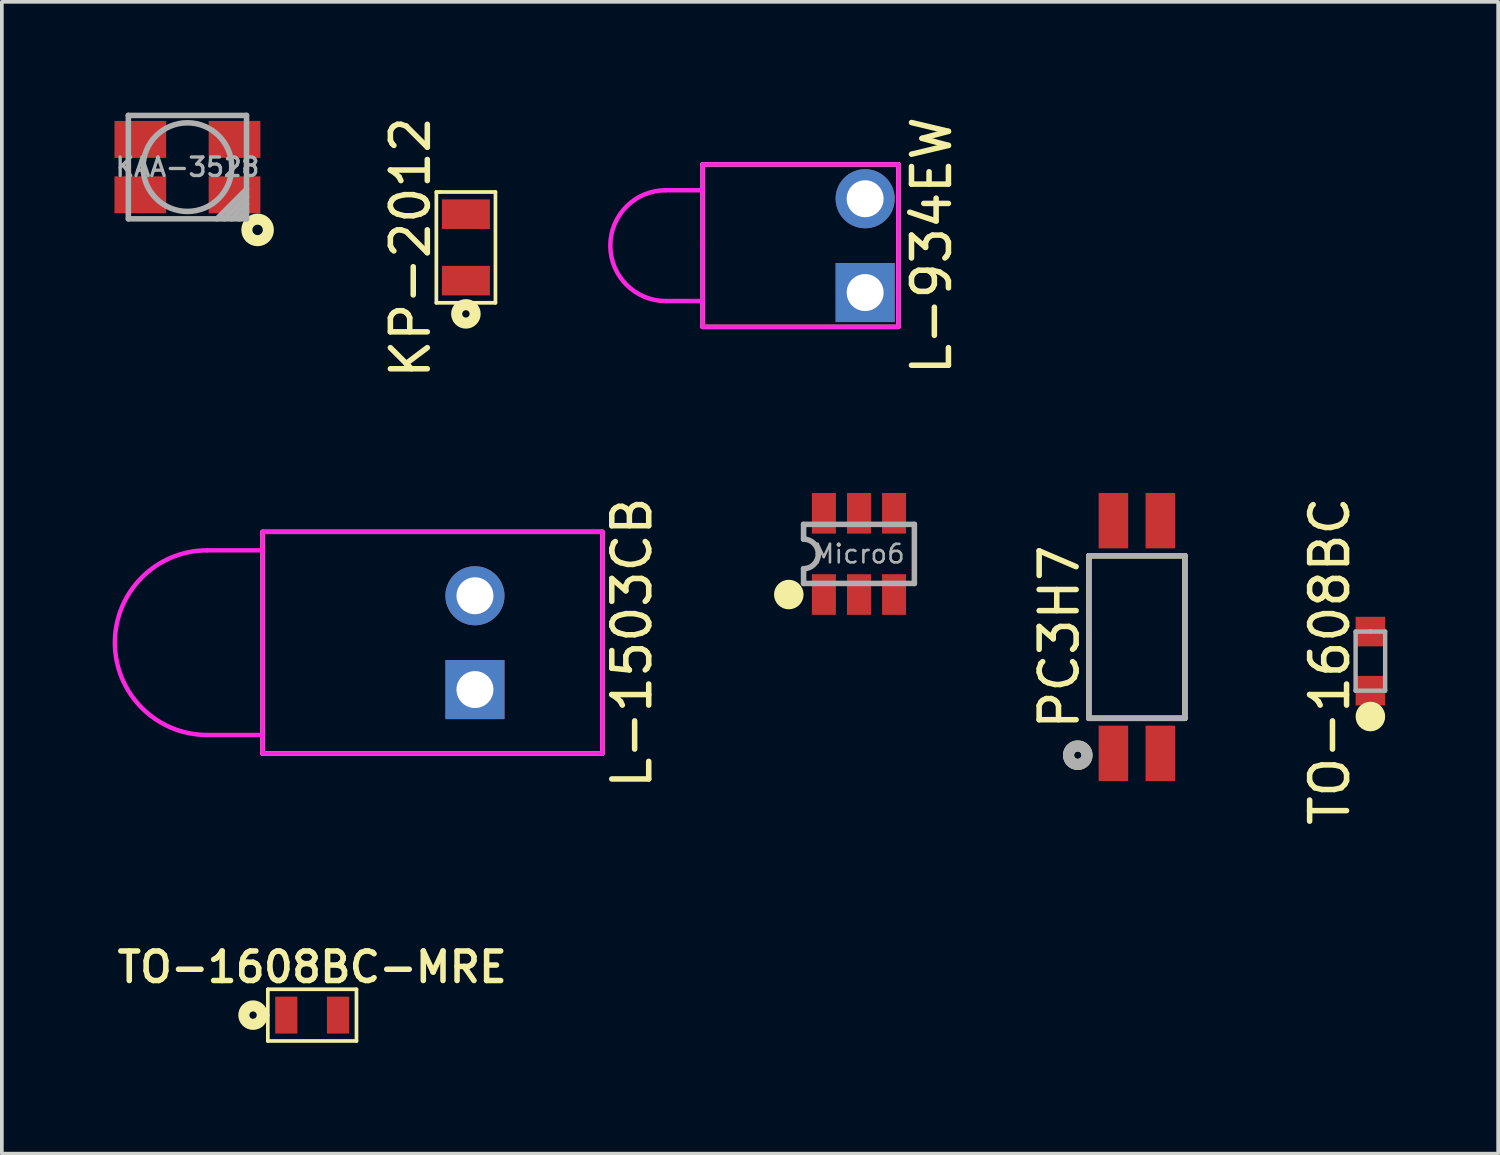
<source format=kicad_pcb>
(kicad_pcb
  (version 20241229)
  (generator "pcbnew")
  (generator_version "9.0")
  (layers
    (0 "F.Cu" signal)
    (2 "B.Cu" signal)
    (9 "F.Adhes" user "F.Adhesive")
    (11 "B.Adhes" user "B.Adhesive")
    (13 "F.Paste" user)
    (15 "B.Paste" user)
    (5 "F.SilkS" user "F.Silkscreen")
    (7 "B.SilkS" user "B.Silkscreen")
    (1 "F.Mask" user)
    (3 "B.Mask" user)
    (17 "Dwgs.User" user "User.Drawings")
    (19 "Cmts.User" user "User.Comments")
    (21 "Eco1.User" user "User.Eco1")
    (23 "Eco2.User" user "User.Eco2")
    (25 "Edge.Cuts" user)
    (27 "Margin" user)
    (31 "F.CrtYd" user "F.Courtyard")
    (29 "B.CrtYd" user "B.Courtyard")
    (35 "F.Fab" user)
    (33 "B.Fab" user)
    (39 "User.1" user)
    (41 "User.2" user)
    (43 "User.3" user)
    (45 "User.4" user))
  (footprint "Micro6"
    (layer "F.Cu")
    (at 20.208 11.948)
    (property "Reference" "Micro6" (at 0 0 0) (layer "F.Fab") (effects (font (size 0.5 0.5) (thickness 0.07))))
    (attr through_hole)
    (fp_circle (center -1.9 1.1) (end -1.7 1.1) (stroke (width 0.4) (type solid)) (fill no) (layer "F.SilkS"))
    (fp_line (start -1.5 -0.8) (end 1.5 -0.8) (stroke (width 0.15) (type solid)) (layer "F.Fab"))
    (fp_line (start -1.5 -0.4) (end -1.5 -0.8) (stroke (width 0.15) (type solid)) (layer "F.Fab"))
    (fp_line (start -1.5 0.4) (end -1.5 0.8) (stroke (width 0.15) (type solid)) (layer "F.Fab"))
    (fp_line (start 1.5 -0.8) (end 1.5 0.8) (stroke (width 0.15) (type solid)) (layer "F.Fab"))
    (fp_line (start 1.5 0.8) (end -1.5 0.8) (stroke (width 0.15) (type solid)) (layer "F.Fab"))
    (fp_arc (start -1.5 -0.4) (mid -1.217157 -0.282843) (end -1.1 0) (stroke (width 0.15) (type solid)) (layer "F.Fab"))
    (fp_arc (start -1.1 0) (mid -1.217157 0.282843) (end -1.5 0.4) (stroke (width 0.15) (type solid)) (layer "F.Fab"))
    (pad "1" smd rect (at -0.95 1.1) (size 0.65 1.1) (layers "F.Cu" "F.Mask" "F.Paste"))
    (pad "2" smd rect (at 0 1.1) (size 0.65 1.1) (layers "F.Cu" "F.Mask" "F.Paste"))
    (pad "3" smd rect (at 0.95 1.1) (size 0.65 1.1) (layers "F.Cu" "F.Mask" "F.Paste"))
    (pad "4" smd rect (at 0.95 -1.1) (size 0.65 1.1) (layers "F.Cu" "F.Mask" "F.Paste"))
    (pad "5" smd rect (at 0 -1.1) (size 0.65 1.1) (layers "F.Cu" "F.Mask" "F.Paste"))
    (pad "6" smd rect (at -0.95 -1.1) (size 0.65 1.1) (layers "F.Cu" "F.Mask" "F.Paste")))
  (footprint "KAA-3528"
    (layer "F.Cu")
    (at 2.025 1.475)
    (property "Reference" "KAA-3528" (at 0 0 0) (layer "F.Fab") (effects (font (size 0.5 0.5) (thickness 0.09))))
    (attr through_hole)
    (fp_circle (center 1.9 1.7) (end 2 1.8) (stroke (width 0.3) (type solid)) (fill no) (layer "F.SilkS"))
    (fp_line (start -1.6 -1.4) (end 1.6 -1.4) (stroke (width 0.15) (type solid)) (layer "F.Fab"))
    (fp_line (start -1.6 0) (end -1.6 -1.4) (stroke (width 0.15) (type solid)) (layer "F.Fab"))
    (fp_line (start -1.6 1.4) (end -1.6 0) (stroke (width 0.15) (type solid)) (layer "F.Fab"))
    (fp_line (start 0.8 1.4) (end 1.6 0.6) (stroke (width 0.15) (type solid)) (layer "F.Fab"))
    (fp_line (start 1 1.4) (end 1.6 0.8) (stroke (width 0.15) (type solid)) (layer "F.Fab"))
    (fp_line (start 1.2 1.4) (end 1.6 1) (stroke (width 0.15) (type solid)) (layer "F.Fab"))
    (fp_line (start 1.4 1.4) (end 1.6 1.2) (stroke (width 0.15) (type solid)) (layer "F.Fab"))
    (fp_line (start 1.6 -1.4) (end 1.6 1.4) (stroke (width 0.15) (type solid)) (layer "F.Fab"))
    (fp_line (start 1.6 1.4) (end -1.6 1.4) (stroke (width 0.15) (type solid)) (layer "F.Fab"))
    (fp_circle (center 0 0) (end 1.2 0) (stroke (width 0.15) (type solid)) (fill no) (layer "F.Fab"))
    (pad "1" smd rect (at 1.275 0.75) (size 1.4 1) (layers "F.Cu" "F.Mask" "F.Paste"))
    (pad "2" smd rect (at -1.275 0.75) (size 1.4 1) (layers "F.Cu" "F.Mask" "F.Paste"))
    (pad "4" smd rect (at -1.275 -0.75) (size 1.4 1) (layers "F.Cu" "F.Mask" "F.Paste"))
    (pad "4" smd rect (at 1.275 -0.75) (size 1.4 1) (layers "F.Cu" "F.Mask" "F.Paste")))
  (footprint "TO-1608BC-MRE"
    (layer "F.Cu")
    (at 5.402 24.436)
    (property "Reference" "TO-1608BC-MRE" (at 0 -1.3 0) (layer "F.SilkS") (effects (font (size 0.8 0.8) (thickness 0.15))))
    (attr through_hole)
    (fp_line (start -1.2 -0.7) (end 1.2 -0.7) (stroke (width 0.1) (type solid)) (layer "F.SilkS"))
    (fp_line (start -1.2 0) (end -1.2 -0.7) (stroke (width 0.1) (type solid)) (layer "F.SilkS"))
    (fp_line (start -1.2 0.7) (end -1.2 0) (stroke (width 0.1) (type solid)) (layer "F.SilkS"))
    (fp_line (start 1.2 -0.7) (end 1.2 0.7) (stroke (width 0.1) (type solid)) (layer "F.SilkS"))
    (fp_line (start 1.2 0.7) (end -1.2 0.7) (stroke (width 0.1) (type solid)) (layer "F.SilkS"))
    (fp_circle (center -1.6 0) (end -1.5 0) (stroke (width 0.3) (type solid)) (fill no) (layer "F.SilkS"))
    (pad "1" smd rect (at -0.7 0) (size 0.6 1) (layers "F.Cu" "F.Mask" "F.Paste"))
    (pad "2" smd rect (at 0.7 0) (size 0.6 1) (layers "F.Cu" "F.Mask" "F.Paste")))
  (footprint "L-934EW"
    (layer "F.Cu")
    (at 15.975 3.601)
    (property "Reference" "L-934EW" (at 6.2 0 90) (layer "F.SilkS") (effects (font (size 1 1) (thickness 0.15))))
    (attr through_hole)
    (fp_line (start 0 -2.2) (end 5.3 -2.2) (stroke (width 0.12) (type solid)) (layer "F.SilkS"))
    (fp_line (start 0 2.2) (end 0 -2.2) (stroke (width 0.12) (type solid)) (layer "F.SilkS"))
    (fp_line (start 5.3 -2.2) (end 5.3 2.2) (stroke (width 0.12) (type solid)) (layer "F.SilkS"))
    (fp_line (start 5.3 2.2) (end 0 2.2) (stroke (width 0.12) (type solid)) (layer "F.SilkS"))
    (fp_line (start -1 -1.5) (end 0 -1.5) (stroke (width 0.12) (type solid)) (layer "F.CrtYd"))
    (fp_line (start -1 1.5) (end 0 1.5) (stroke (width 0.12) (type solid)) (layer "F.CrtYd"))
    (fp_line (start 0 -2.2) (end 5.3 -2.2) (stroke (width 0.12) (type solid)) (layer "F.CrtYd"))
    (fp_line (start 0 0) (end 0 -2.2) (stroke (width 0.12) (type solid)) (layer "F.CrtYd"))
    (fp_line (start 0 2.2) (end 0 0) (stroke (width 0.12) (type solid)) (layer "F.CrtYd"))
    (fp_line (start 5.3 -2.2) (end 5.3 2.2) (stroke (width 0.12) (type solid)) (layer "F.CrtYd"))
    (fp_line (start 5.3 2.2) (end 0 2.2) (stroke (width 0.12) (type solid)) (layer "F.CrtYd"))
    (fp_arc (start -1 1.5) (mid -2.5 0) (end -1 -1.5) (stroke (width 0.12) (type solid)) (layer "F.CrtYd"))
    (pad "1" thru_hole rect (at 4.4 1.27) (size 1.6 1.6) (drill 1) (layers "*.Cu" "*.Mask"))
    (pad "2" thru_hole circle (at 4.4 -1.27) (size 1.6 1.6) (drill 1) (layers "*.Cu" "*.Mask")))
  (footprint "TO-1608BC"
    (layer "F.Cu")
    (at 34.055 14.851)
    (property "Reference" "TO-1608BC" (at -1.1 0 90) (layer "F.SilkS") (effects (font (size 1 1) (thickness 0.15))))
    (attr through_hole)
    (fp_circle (center 0 1.5) (end 0 1.5) (stroke (width 0.4) (type solid)) (fill no) (layer "F.SilkS"))
    (fp_line (start -0.4 -0.8) (end 0 -0.8) (stroke (width 0.12) (type solid)) (layer "F.Fab"))
    (fp_line (start -0.4 0.8) (end -0.4 -0.8) (stroke (width 0.12) (type solid)) (layer "F.Fab"))
    (fp_line (start 0 -0.8) (end 0.4 -0.8) (stroke (width 0.12) (type solid)) (layer "F.Fab"))
    (fp_line (start 0.4 -0.8) (end 0.4 0.8) (stroke (width 0.12) (type solid)) (layer "F.Fab"))
    (fp_line (start 0.4 0.8) (end -0.4 0.8) (stroke (width 0.12) (type solid)) (layer "F.Fab"))
    (pad "1" smd rect (at 0 0.8) (size 0.8 0.8) (layers "F.Cu" "F.Mask" "F.Paste"))
    (pad "2" smd rect (at 0 -0.8) (size 0.8 0.8) (layers "F.Cu" "F.Mask" "F.Paste")))
  (footprint "PC3H7"
    (layer "F.Cu")
    (at 27.732 14.198)
    (property "Reference" "PC3H7" (at -2.1 0 90) (layer "F.SilkS") (effects (font (size 1 1) (thickness 0.15))))
    (attr through_hole)
    (fp_line (start -1.3 -2.2) (end 1.3 -2.2) (stroke (width 0.15) (type solid)) (layer "F.SilkS"))
    (fp_line (start -1.3 2.2) (end -1.3 -2.2) (stroke (width 0.15) (type solid)) (layer "F.SilkS"))
    (fp_line (start 1.3 -2.2) (end 1.3 2.2) (stroke (width 0.15) (type solid)) (layer "F.SilkS"))
    (fp_line (start 1.3 2.2) (end -1.3 2.2) (stroke (width 0.15) (type solid)) (layer "F.SilkS"))
    (fp_circle (center -1.6 3.2) (end -1.5 3.2) (stroke (width 0.3) (type solid)) (fill no) (layer "F.SilkS"))
    (fp_line (start -1.3 -2.2) (end 1.3 -2.2) (stroke (width 0.15) (type solid)) (layer "F.Fab"))
    (fp_line (start -1.3 0) (end -1.3 -2.2) (stroke (width 0.15) (type solid)) (layer "F.Fab"))
    (fp_line (start -1.3 2.2) (end -1.3 0) (stroke (width 0.15) (type solid)) (layer "F.Fab"))
    (fp_line (start 1.3 -2.2) (end 1.3 2.2) (stroke (width 0.15) (type solid)) (layer "F.Fab"))
    (fp_line (start 1.3 2.2) (end -1.3 2.2) (stroke (width 0.15) (type solid)) (layer "F.Fab"))
    (fp_circle (center -1.6 3.2) (end -1.5 3.2) (stroke (width 0.3) (type solid)) (fill no) (layer "F.Fab"))
    (pad "1" smd rect (at -0.635 3.15) (size 0.8 1.5) (layers "F.Cu" "F.Mask" "F.Paste"))
    (pad "2" smd rect (at 0.635 3.15) (size 0.8 1.5) (layers "F.Cu" "F.Mask" "F.Paste"))
    (pad "3" smd rect (at 0.635 -3.15) (size 0.8 1.5) (layers "F.Cu" "F.Mask" "F.Paste"))
    (pad "4" smd rect (at -0.635 -3.15) (size 0.8 1.5) (layers "F.Cu" "F.Mask" "F.Paste")))
  (footprint "KP-2012"
    (layer "F.Cu")
    (at 9.565 3.649)
    (property "Reference" "KP-2012" (at -1.5 0 90) (layer "F.SilkS") (effects (font (size 1 1) (thickness 0.15))))
    (attr through_hole)
    (fp_line (start -0.8 -1.5) (end -0.7 -1.5) (stroke (width 0.1) (type solid)) (layer "F.SilkS"))
    (fp_line (start -0.8 1.5) (end -0.8 -1.5) (stroke (width 0.1) (type solid)) (layer "F.SilkS"))
    (fp_line (start -0.7 -1.5) (end 0.8 -1.5) (stroke (width 0.1) (type solid)) (layer "F.SilkS"))
    (fp_line (start 0.8 -1.5) (end 0.8 1.5) (stroke (width 0.1) (type solid)) (layer "F.SilkS"))
    (fp_line (start 0.8 1.5) (end -0.8 1.5) (stroke (width 0.1) (type solid)) (layer "F.SilkS"))
    (fp_circle (center 0 1.8) (end 0.1 1.8) (stroke (width 0.3) (type solid)) (fill no) (layer "F.SilkS"))
    (pad "1" smd rect (at 0 0.9) (size 1.3 0.8) (layers "F.Cu" "F.Mask" "F.Paste"))
    (pad "2" smd rect (at 0 -0.9) (size 1.3 0.8) (layers "F.Cu" "F.Mask" "F.Paste")))
  (footprint "L-1503CB"
    (layer "F.Cu")
    (at 4.06 14.351)
    (property "Reference" "L-1503CB" (at 10 0 270) (layer "F.SilkS") (effects (font (size 1 1) (thickness 0.15))))
    (attr through_hole)
    (fp_line (start 0 -3) (end 9.2 -3) (stroke (width 0.12) (type solid)) (layer "F.SilkS"))
    (fp_line (start 0 3) (end 0 -3) (stroke (width 0.12) (type solid)) (layer "F.SilkS"))
    (fp_line (start 9.2 -3) (end 9.2 3) (stroke (width 0.12) (type solid)) (layer "F.SilkS"))
    (fp_line (start 9.2 3) (end 0 3) (stroke (width 0.12) (type solid)) (layer "F.SilkS"))
    (fp_line (start -1.5 -2.5) (end 0 -2.5) (stroke (width 0.12) (type solid)) (layer "F.CrtYd"))
    (fp_line (start -1.5 2.5) (end 0 2.5) (stroke (width 0.12) (type solid)) (layer "F.CrtYd"))
    (fp_line (start 0 -3) (end 0 3) (stroke (width 0.12) (type solid)) (layer "F.CrtYd"))
    (fp_line (start 0 3) (end 9.2 3) (stroke (width 0.12) (type solid)) (layer "F.CrtYd"))
    (fp_line (start 9.2 -3) (end 0 -3) (stroke (width 0.12) (type solid)) (layer "F.CrtYd"))
    (fp_line (start 9.2 3) (end 9.2 -3) (stroke (width 0.12) (type solid)) (layer "F.CrtYd"))
    (fp_arc (start -1.5 2.5) (mid -4 0) (end -1.5 -2.5) (stroke (width 0.12) (type solid)) (layer "F.CrtYd"))
    (pad "1" thru_hole rect (at 5.75 1.27) (size 1.6 1.6) (drill 1) (layers "*.Cu" "*.Mask"))
    (pad "2" thru_hole circle (at 5.75 -1.27) (size 1.6 1.6) (drill 1) (layers "*.Cu" "*.Mask")))
  (gr_rect
    (start -3 -3)
    (end 37.515 28.186)
    (stroke (width 0.1) (type default))
    (fill no)
    (layer "Edge.Cuts")))
</source>
